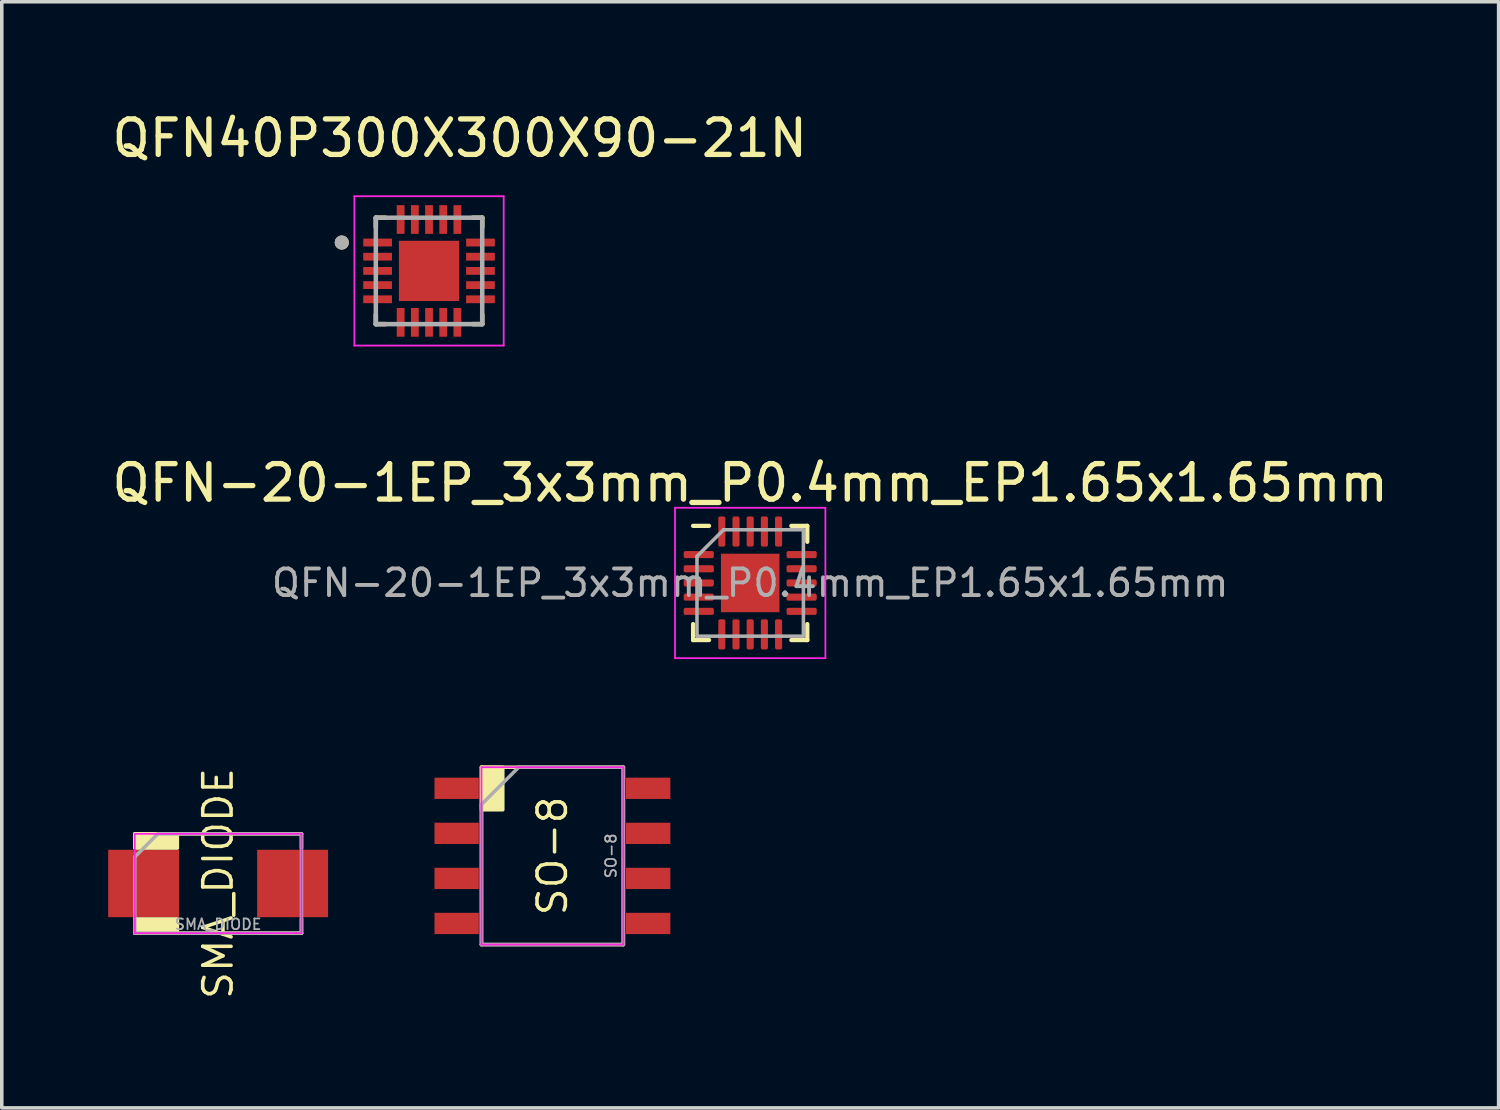
<source format=kicad_pcb>
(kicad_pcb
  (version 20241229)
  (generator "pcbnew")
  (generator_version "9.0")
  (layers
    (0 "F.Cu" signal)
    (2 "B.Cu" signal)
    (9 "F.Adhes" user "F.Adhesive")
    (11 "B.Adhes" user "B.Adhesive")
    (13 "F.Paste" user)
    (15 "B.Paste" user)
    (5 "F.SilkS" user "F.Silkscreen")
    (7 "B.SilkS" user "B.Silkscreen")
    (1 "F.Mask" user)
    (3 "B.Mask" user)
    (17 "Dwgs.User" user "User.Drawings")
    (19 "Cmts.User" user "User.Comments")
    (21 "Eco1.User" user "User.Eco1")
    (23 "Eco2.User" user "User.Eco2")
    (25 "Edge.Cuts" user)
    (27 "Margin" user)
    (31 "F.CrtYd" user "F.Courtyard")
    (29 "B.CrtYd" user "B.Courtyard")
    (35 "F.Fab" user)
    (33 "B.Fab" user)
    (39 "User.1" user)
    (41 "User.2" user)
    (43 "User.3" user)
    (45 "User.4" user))
  (footprint "SO-8"
    (layer "F.Cu")
    (at 12.525 21.081)
    (property "Reference" "SO-8" (at 1.65 0 90) (layer "F.Fab") (effects (font (size 0.3 0.3) (thickness 0.05))))
    (attr smd)
    (fp_line (start -2 -2.5) (end -2 2.5) (stroke (width 0.1) (type solid)) (layer "F.SilkS"))
    (fp_line (start -2 -2.5) (end 2 -2.5) (stroke (width 0.1) (type solid)) (layer "F.SilkS"))
    (fp_line (start -2 2.5) (end 2 2.5) (stroke (width 0.1) (type solid)) (layer "F.SilkS"))
    (fp_line (start 2 -2.5) (end 2 2.5) (stroke (width 0.1) (type solid)) (layer "F.SilkS"))
    (fp_poly (pts (xy -2 -2.5) (xy -2 -1.3) (xy -1.4 -1.3) (xy -1.4 -2.5)) (stroke (width 0.1) (type solid)) (fill yes) (layer "F.SilkS"))
    (fp_line (start -2 -2.5) (end -2 2.5) (stroke (width 0.05) (type solid)) (layer "F.CrtYd"))
    (fp_line (start -2 2.5) (end 2 2.5) (stroke (width 0.05) (type solid)) (layer "F.CrtYd"))
    (fp_line (start 2 -2.5) (end -2 -2.5) (stroke (width 0.05) (type solid)) (layer "F.CrtYd"))
    (fp_line (start 2 2.5) (end 2 -2.5) (stroke (width 0.05) (type solid)) (layer "F.CrtYd"))
    (fp_line (start -2 -1.45) (end -0.95 -2.5) (stroke (width 0.1) (type solid)) (layer "F.Fab"))
    (fp_line (start -2 2.5) (end -2 -1.45) (stroke (width 0.1) (type solid)) (layer "F.Fab"))
    (fp_line (start -0.95 -2.5) (end 2 -2.5) (stroke (width 0.1) (type solid)) (layer "F.Fab"))
    (fp_line (start 2 -2.5) (end 2 2.5) (stroke (width 0.1) (type solid)) (layer "F.Fab"))
    (fp_line (start 2 2.5) (end -2 2.5) (stroke (width 0.1) (type solid)) (layer "F.Fab"))
    (fp_text user "${REFERENCE}" (at 0 0 90) (layer "F.SilkS") (effects (font (size 0.8 0.8) (thickness 0.1))))
    (pad "1" smd rect (at -2.7 -1.905) (size 1.25 0.6) (layers "F.Cu" "F.Mask" "F.Paste"))
    (pad "2" smd rect (at -2.7 -0.635) (size 1.25 0.6) (layers "F.Cu" "F.Mask" "F.Paste"))
    (pad "3" smd rect (at -2.7 0.635) (size 1.25 0.6) (layers "F.Cu" "F.Mask" "F.Paste"))
    (pad "4" smd rect (at -2.7 1.905) (size 1.25 0.6) (layers "F.Cu" "F.Mask" "F.Paste"))
    (pad "5" smd rect (at 2.7 1.905) (size 1.25 0.6) (layers "F.Cu" "F.Mask" "F.Paste"))
    (pad "6" smd rect (at 2.7 0.635) (size 1.25 0.6) (layers "F.Cu" "F.Mask" "F.Paste"))
    (pad "7" smd rect (at 2.7 -0.635) (size 1.25 0.6) (layers "F.Cu" "F.Mask" "F.Paste"))
    (pad "8" smd rect (at 2.7 -1.905) (size 1.25 0.6) (layers "F.Cu" "F.Mask" "F.Paste")))
  (footprint "QFN40P300X300X90-21N"
    (layer "F.Cu")
    (at 9.046 4.588)
    (property "Reference" "QFN40P300X300X90-21N" (at 0.865 -3.74 0) (layer "F.SilkS") (effects (font (size 1 1) (thickness 0.15))))
    (attr through_hole)
    (fp_line (start -1.5 -1.5) (end -1.5 -1.23) (stroke (width 0.127) (type solid)) (layer "F.SilkS"))
    (fp_line (start -1.5 -1.5) (end -1.23 -1.5) (stroke (width 0.127) (type solid)) (layer "F.SilkS"))
    (fp_line (start -1.5 1.5) (end -1.5 1.23) (stroke (width 0.127) (type solid)) (layer "F.SilkS"))
    (fp_line (start -1.5 1.5) (end -1.23 1.5) (stroke (width 0.127) (type solid)) (layer "F.SilkS"))
    (fp_line (start 1.5 -1.5) (end 1.23 -1.5) (stroke (width 0.127) (type solid)) (layer "F.SilkS"))
    (fp_line (start 1.5 -1.5) (end 1.5 -1.23) (stroke (width 0.127) (type solid)) (layer "F.SilkS"))
    (fp_line (start 1.5 1.5) (end 1.23 1.5) (stroke (width 0.127) (type solid)) (layer "F.SilkS"))
    (fp_line (start 1.5 1.5) (end 1.5 1.23) (stroke (width 0.127) (type solid)) (layer "F.SilkS"))
    (fp_circle (center -2.46 -0.8) (end -2.36 -0.8) (stroke (width 0.2) (type solid)) (fill no) (layer "F.SilkS"))
    (fp_poly (pts (xy -0.54 -0.54) (xy 0.54 -0.54) (xy 0.54 0.54) (xy -0.54 0.54)) (stroke (width 0.01) (type solid)) (fill yes) (layer "F.Paste"))
    (fp_line (start -2.105 -2.105) (end 2.105 -2.105) (stroke (width 0.05) (type solid)) (layer "F.CrtYd"))
    (fp_line (start -2.105 2.105) (end -2.105 -2.105) (stroke (width 0.05) (type solid)) (layer "F.CrtYd"))
    (fp_line (start -2.105 2.105) (end 2.105 2.105) (stroke (width 0.05) (type solid)) (layer "F.CrtYd"))
    (fp_line (start 2.105 2.105) (end 2.105 -2.105) (stroke (width 0.05) (type solid)) (layer "F.CrtYd"))
    (fp_line (start -1.5 1.5) (end -1.5 -1.5) (stroke (width 0.127) (type solid)) (layer "F.Fab"))
    (fp_line (start 1.5 -1.5) (end -1.5 -1.5) (stroke (width 0.127) (type solid)) (layer "F.Fab"))
    (fp_line (start 1.5 1.5) (end -1.5 1.5) (stroke (width 0.127) (type solid)) (layer "F.Fab"))
    (fp_line (start 1.5 1.5) (end 1.5 -1.5) (stroke (width 0.127) (type solid)) (layer "F.Fab"))
    (fp_circle (center -2.46 -0.8) (end -2.36 -0.8) (stroke (width 0.2) (type solid)) (fill no) (layer "F.Fab"))
    (pad "1" smd roundrect (at -1.45 -0.8) (size 0.81 0.22) (layers "F.Cu" "F.Mask" "F.Paste") (roundrect_rratio 0.03))
    (pad "2" smd roundrect (at -1.45 -0.4) (size 0.81 0.22) (layers "F.Cu" "F.Mask" "F.Paste") (roundrect_rratio 0.03))
    (pad "3" smd roundrect (at -1.45 0) (size 0.81 0.22) (layers "F.Cu" "F.Mask" "F.Paste") (roundrect_rratio 0.03))
    (pad "4" smd roundrect (at -1.45 0.4) (size 0.81 0.22) (layers "F.Cu" "F.Mask" "F.Paste") (roundrect_rratio 0.03))
    (pad "5" smd roundrect (at -1.45 0.8) (size 0.81 0.22) (layers "F.Cu" "F.Mask" "F.Paste") (roundrect_rratio 0.03))
    (pad "6" smd roundrect (at -0.8 1.45 90) (size 0.81 0.22) (layers "F.Cu" "F.Mask" "F.Paste") (roundrect_rratio 0.03))
    (pad "7" smd roundrect (at -0.4 1.45 90) (size 0.81 0.22) (layers "F.Cu" "F.Mask" "F.Paste") (roundrect_rratio 0.03))
    (pad "8" smd roundrect (at 0 1.45 90) (size 0.81 0.22) (layers "F.Cu" "F.Mask" "F.Paste") (roundrect_rratio 0.03))
    (pad "9" smd roundrect (at 0.4 1.45 90) (size 0.81 0.22) (layers "F.Cu" "F.Mask" "F.Paste") (roundrect_rratio 0.03))
    (pad "10" smd roundrect (at 0.8 1.45 90) (size 0.81 0.22) (layers "F.Cu" "F.Mask" "F.Paste") (roundrect_rratio 0.03))
    (pad "11" smd roundrect (at 1.45 0.8) (size 0.81 0.22) (layers "F.Cu" "F.Mask" "F.Paste") (roundrect_rratio 0.03))
    (pad "12" smd roundrect (at 1.45 0.4) (size 0.81 0.22) (layers "F.Cu" "F.Mask" "F.Paste") (roundrect_rratio 0.03))
    (pad "13" smd roundrect (at 1.45 0) (size 0.81 0.22) (layers "F.Cu" "F.Mask" "F.Paste") (roundrect_rratio 0.03))
    (pad "14" smd roundrect (at 1.45 -0.4) (size 0.81 0.22) (layers "F.Cu" "F.Mask" "F.Paste") (roundrect_rratio 0.03))
    (pad "15" smd roundrect (at 1.45 -0.8) (size 0.81 0.22) (layers "F.Cu" "F.Mask" "F.Paste") (roundrect_rratio 0.03))
    (pad "16" smd roundrect (at 0.8 -1.45 90) (size 0.81 0.22) (layers "F.Cu" "F.Mask" "F.Paste") (roundrect_rratio 0.03))
    (pad "17" smd roundrect (at 0.4 -1.45 90) (size 0.81 0.22) (layers "F.Cu" "F.Mask" "F.Paste") (roundrect_rratio 0.03))
    (pad "18" smd roundrect (at 0 -1.45 90) (size 0.81 0.22) (layers "F.Cu" "F.Mask" "F.Paste") (roundrect_rratio 0.03))
    (pad "19" smd roundrect (at -0.4 -1.45 90) (size 0.81 0.22) (layers "F.Cu" "F.Mask" "F.Paste") (roundrect_rratio 0.03))
    (pad "20" smd roundrect (at -0.8 -1.45 90) (size 0.81 0.22) (layers "F.Cu" "F.Mask" "F.Paste") (roundrect_rratio 0.03))
    (pad "21" smd rect (at 0 0) (size 1.7 1.7) (layers "F.Cu" "F.Mask")))
  (footprint "SMA_DIODE"
    (layer "F.Cu")
    (at 3.1 21.859)
    (property "Reference" "SMA_DIODE" (at 0 1.15 180) (layer "F.Fab") (effects (font (size 0.3 0.3) (thickness 0.05))))
    (attr smd)
    (fp_line (start -2.35 -1.4) (end 2.35 -1.4) (stroke (width 0.1) (type solid)) (layer "F.SilkS"))
    (fp_line (start -2.35 1.4) (end 2.35 1.4) (stroke (width 0.1) (type solid)) (layer "F.SilkS"))
    (fp_line (start 2.35 -1.4) (end 2.35 -1) (stroke (width 0.1) (type solid)) (layer "F.SilkS"))
    (fp_line (start 2.35 1.4) (end 2.35 1) (stroke (width 0.1) (type solid)) (layer "F.SilkS"))
    (fp_poly (pts (xy -2.35 -1) (xy -1.15 -1) (xy -1.15 -1.4) (xy -2.35 -1.4)) (stroke (width 0.1) (type solid)) (fill yes) (layer "F.SilkS"))
    (fp_poly (pts (xy -2.35 1) (xy -1.15 1) (xy -1.15 1.4) (xy -2.35 1.4)) (stroke (width 0.1) (type solid)) (fill yes) (layer "F.SilkS"))
    (fp_line (start -2.35 -1.4) (end 2.35 -1.4) (stroke (width 0.05) (type solid)) (layer "F.CrtYd"))
    (fp_line (start -2.35 1.4) (end -2.35 -1.4) (stroke (width 0.05) (type solid)) (layer "F.CrtYd"))
    (fp_line (start 2.35 -1.4) (end 2.35 1.4) (stroke (width 0.05) (type solid)) (layer "F.CrtYd"))
    (fp_line (start 2.35 1.4) (end -2.35 1.4) (stroke (width 0.05) (type solid)) (layer "F.CrtYd"))
    (fp_line (start -2.35 -0.75) (end -1.7 -1.4) (stroke (width 0.1) (type solid)) (layer "F.Fab"))
    (fp_line (start -2.35 1.4) (end -2.35 -0.75) (stroke (width 0.1) (type solid)) (layer "F.Fab"))
    (fp_line (start -1.7 -1.4) (end 2.35 -1.4) (stroke (width 0.1) (type solid)) (layer "F.Fab"))
    (fp_line (start 2.35 -1.4) (end 2.35 1.4) (stroke (width 0.1) (type solid)) (layer "F.Fab"))
    (fp_line (start 2.35 1.4) (end -2.35 1.4) (stroke (width 0.1) (type solid)) (layer "F.Fab"))
    (fp_text user "${REFERENCE}" (at 0 0 90) (layer "F.SilkS") (effects (font (size 0.8 0.8) (thickness 0.1))))
    (pad "1" smd rect (at -2.1 0) (size 2 1.9) (layers "F.Cu" "F.Mask" "F.Paste"))
    (pad "2" smd rect (at 2.1 0) (size 2 1.9) (layers "F.Cu" "F.Mask" "F.Paste")))
  (footprint "QFN-20-1EP_3x3mm_P0.4mm_EP1.65x1.65mm"
    (layer "F.Cu")
    (at 18.101 13.386)
    (property "Reference" "QFN-20-1EP_3x3mm_P0.4mm_EP1.65x1.65mm" (at 0 -2.82 0) (layer "F.SilkS") (effects (font (size 1 1) (thickness 0.15))))
    (attr smd)
    (fp_line (start -1.61 1.61) (end -1.61 1.16) (stroke (width 0.12) (type solid)) (layer "F.SilkS"))
    (fp_line (start -1.16 -1.61) (end -1.61 -1.61) (stroke (width 0.12) (type solid)) (layer "F.SilkS"))
    (fp_line (start -1.16 1.61) (end -1.61 1.61) (stroke (width 0.12) (type solid)) (layer "F.SilkS"))
    (fp_line (start 1.16 -1.61) (end 1.61 -1.61) (stroke (width 0.12) (type solid)) (layer "F.SilkS"))
    (fp_line (start 1.16 1.61) (end 1.61 1.61) (stroke (width 0.12) (type solid)) (layer "F.SilkS"))
    (fp_line (start 1.61 -1.61) (end 1.61 -1.16) (stroke (width 0.12) (type solid)) (layer "F.SilkS"))
    (fp_line (start 1.61 1.61) (end 1.61 1.16) (stroke (width 0.12) (type solid)) (layer "F.SilkS"))
    (fp_line (start -2.12 -2.12) (end -2.12 2.12) (stroke (width 0.05) (type solid)) (layer "F.CrtYd"))
    (fp_line (start -2.12 2.12) (end 2.12 2.12) (stroke (width 0.05) (type solid)) (layer "F.CrtYd"))
    (fp_line (start 2.12 -2.12) (end -2.12 -2.12) (stroke (width 0.05) (type solid)) (layer "F.CrtYd"))
    (fp_line (start 2.12 2.12) (end 2.12 -2.12) (stroke (width 0.05) (type solid)) (layer "F.CrtYd"))
    (fp_line (start -1.5 -0.75) (end -0.75 -1.5) (stroke (width 0.1) (type solid)) (layer "F.Fab"))
    (fp_line (start -1.5 1.5) (end -1.5 -0.75) (stroke (width 0.1) (type solid)) (layer "F.Fab"))
    (fp_line (start -0.75 -1.5) (end 1.5 -1.5) (stroke (width 0.1) (type solid)) (layer "F.Fab"))
    (fp_line (start 1.5 -1.5) (end 1.5 1.5) (stroke (width 0.1) (type solid)) (layer "F.Fab"))
    (fp_line (start 1.5 1.5) (end -1.5 1.5) (stroke (width 0.1) (type solid)) (layer "F.Fab"))
    (fp_text user "${REFERENCE}" (at 0 0 0) (layer "F.Fab") (effects (font (size 0.75 0.75) (thickness 0.11))))
    (pad "" smd roundrect (at -0.41 -0.41) (size 0.67 0.67) (layers "F.Paste") (roundrect_rratio 0.25))
    (pad "" smd roundrect (at -0.41 0.41) (size 0.67 0.67) (layers "F.Paste") (roundrect_rratio 0.25))
    (pad "" smd roundrect (at 0.41 -0.41) (size 0.67 0.67) (layers "F.Paste") (roundrect_rratio 0.25))
    (pad "" smd roundrect (at 0.41 0.41) (size 0.67 0.67) (layers "F.Paste") (roundrect_rratio 0.25))
    (pad "1" smd roundrect (at -1.45 -0.8) (size 0.85 0.2) (layers "F.Cu" "F.Mask" "F.Paste") (roundrect_rratio 0.25))
    (pad "2" smd roundrect (at -1.45 -0.4) (size 0.85 0.2) (layers "F.Cu" "F.Mask" "F.Paste") (roundrect_rratio 0.25))
    (pad "3" smd roundrect (at -1.45 0) (size 0.85 0.2) (layers "F.Cu" "F.Mask" "F.Paste") (roundrect_rratio 0.25))
    (pad "4" smd roundrect (at -1.45 0.4) (size 0.85 0.2) (layers "F.Cu" "F.Mask" "F.Paste") (roundrect_rratio 0.25))
    (pad "5" smd roundrect (at -1.45 0.8) (size 0.85 0.2) (layers "F.Cu" "F.Mask" "F.Paste") (roundrect_rratio 0.25))
    (pad "6" smd roundrect (at -0.8 1.45) (size 0.2 0.85) (layers "F.Cu" "F.Mask" "F.Paste") (roundrect_rratio 0.25))
    (pad "7" smd roundrect (at -0.4 1.45) (size 0.2 0.85) (layers "F.Cu" "F.Mask" "F.Paste") (roundrect_rratio 0.25))
    (pad "8" smd roundrect (at 0 1.45) (size 0.2 0.85) (layers "F.Cu" "F.Mask" "F.Paste") (roundrect_rratio 0.25))
    (pad "9" smd roundrect (at 0.4 1.45) (size 0.2 0.85) (layers "F.Cu" "F.Mask" "F.Paste") (roundrect_rratio 0.25))
    (pad "10" smd roundrect (at 0.8 1.45) (size 0.2 0.85) (layers "F.Cu" "F.Mask" "F.Paste") (roundrect_rratio 0.25))
    (pad "11" smd roundrect (at 1.45 0.8) (size 0.85 0.2) (layers "F.Cu" "F.Mask" "F.Paste") (roundrect_rratio 0.25))
    (pad "12" smd roundrect (at 1.45 0.4) (size 0.85 0.2) (layers "F.Cu" "F.Mask" "F.Paste") (roundrect_rratio 0.25))
    (pad "13" smd roundrect (at 1.45 0) (size 0.85 0.2) (layers "F.Cu" "F.Mask" "F.Paste") (roundrect_rratio 0.25))
    (pad "14" smd roundrect (at 1.45 -0.4) (size 0.85 0.2) (layers "F.Cu" "F.Mask" "F.Paste") (roundrect_rratio 0.25))
    (pad "15" smd roundrect (at 1.45 -0.8) (size 0.85 0.2) (layers "F.Cu" "F.Mask" "F.Paste") (roundrect_rratio 0.25))
    (pad "16" smd roundrect (at 0.8 -1.45) (size 0.2 0.85) (layers "F.Cu" "F.Mask" "F.Paste") (roundrect_rratio 0.25))
    (pad "17" smd roundrect (at 0.4 -1.45) (size 0.2 0.85) (layers "F.Cu" "F.Mask" "F.Paste") (roundrect_rratio 0.25))
    (pad "18" smd roundrect (at 0 -1.45) (size 0.2 0.85) (layers "F.Cu" "F.Mask" "F.Paste") (roundrect_rratio 0.25))
    (pad "19" smd roundrect (at -0.4 -1.45) (size 0.2 0.85) (layers "F.Cu" "F.Mask" "F.Paste") (roundrect_rratio 0.25))
    (pad "20" smd roundrect (at -0.8 -1.45) (size 0.2 0.85) (layers "F.Cu" "F.Mask" "F.Paste") (roundrect_rratio 0.25))
    (pad "21" smd rect (at 0 0) (size 1.65 1.65) (layers "F.Cu" "F.Mask")))
  (gr_rect
    (start -3 -3)
    (end 39.202 28.186)
    (stroke (width 0.1) (type default))
    (fill no)
    (layer "Edge.Cuts")))
</source>
